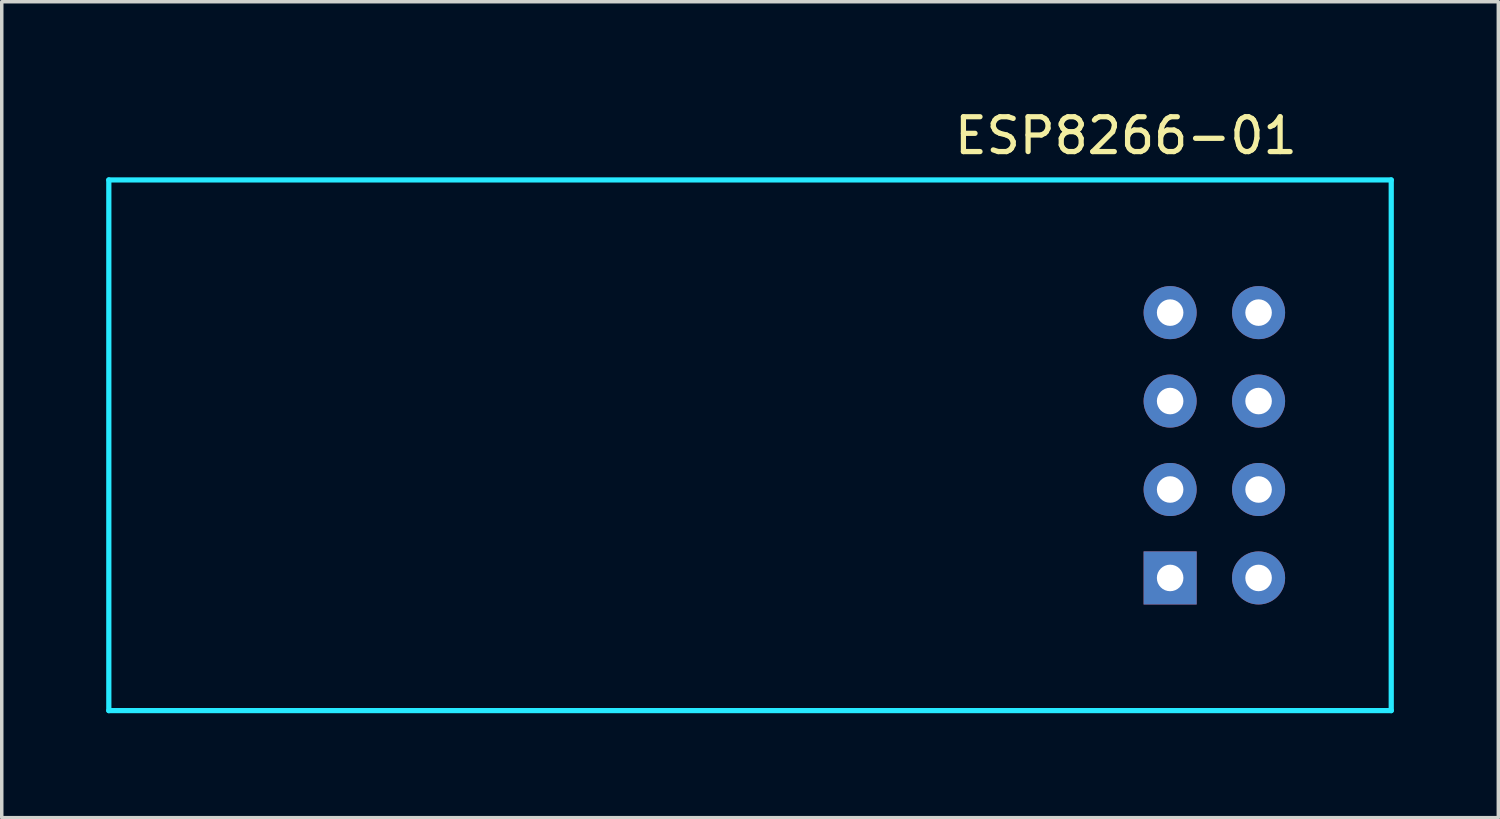
<source format=kicad_pcb>
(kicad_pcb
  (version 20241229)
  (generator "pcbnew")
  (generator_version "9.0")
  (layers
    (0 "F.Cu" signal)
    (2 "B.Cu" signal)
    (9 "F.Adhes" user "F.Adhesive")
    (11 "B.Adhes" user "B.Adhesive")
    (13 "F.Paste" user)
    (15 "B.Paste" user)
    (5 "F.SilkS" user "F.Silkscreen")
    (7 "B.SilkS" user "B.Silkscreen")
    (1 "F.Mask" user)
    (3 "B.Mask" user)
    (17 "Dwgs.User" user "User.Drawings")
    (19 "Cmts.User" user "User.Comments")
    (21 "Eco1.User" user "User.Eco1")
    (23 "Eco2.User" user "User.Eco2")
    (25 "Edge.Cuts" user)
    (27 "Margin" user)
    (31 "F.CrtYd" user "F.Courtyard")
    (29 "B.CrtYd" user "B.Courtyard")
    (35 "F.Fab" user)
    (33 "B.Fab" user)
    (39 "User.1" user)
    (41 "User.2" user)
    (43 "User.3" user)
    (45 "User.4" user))
  (footprint "ESP8266-01"
    (layer "F.Cu")
    (at 31.825 3.388)
    (property "Reference" "ESP8266-01" (at -2.54 -2.54 0) (layer "F.SilkS") (effects (font (size 1 1) (thickness 0.15))))
    (attr through_hole)
    (fp_line (start -31.75 -1.27) (end -31.75 13.97) (stroke (width 0.15) (type solid)) (layer "B.CrtYd"))
    (fp_line (start -31.75 13.97) (end 5.08 13.97) (stroke (width 0.15) (type solid)) (layer "B.CrtYd"))
    (fp_line (start 5.08 -1.27) (end -31.75 -1.27) (stroke (width 0.15) (type solid)) (layer "B.CrtYd"))
    (fp_line (start 5.08 13.97) (end 5.08 -1.27) (stroke (width 0.15) (type solid)) (layer "B.CrtYd"))
    (pad "1" thru_hole rect (at -1.27 10.16) (size 1.524 1.524) (drill 0.762) (layers "*.Cu" "*.Mask"))
    (pad "2" thru_hole circle (at 1.27 10.16) (size 1.524 1.524) (drill 0.762) (layers "*.Cu" "*.Mask"))
    (pad "3" thru_hole circle (at -1.27 7.62) (size 1.524 1.524) (drill 0.762) (layers "*.Cu" "*.Mask"))
    (pad "4" thru_hole circle (at 1.27 7.62) (size 1.524 1.524) (drill 0.762) (layers "*.Cu" "*.Mask"))
    (pad "5" thru_hole circle (at -1.27 5.08) (size 1.524 1.524) (drill 0.762) (layers "*.Cu" "*.Mask"))
    (pad "6" thru_hole circle (at 1.27 5.08) (size 1.524 1.524) (drill 0.762) (layers "*.Cu" "*.Mask"))
    (pad "7" thru_hole circle (at -1.27 2.54) (size 1.524 1.524) (drill 0.762) (layers "*.Cu" "*.Mask"))
    (pad "8" thru_hole circle (at 1.27 2.54) (size 1.524 1.524) (drill 0.762) (layers "*.Cu" "*.Mask")))
  (gr_rect
    (start -3 -3)
    (end 39.98 20.433)
    (stroke (width 0.1) (type default))
    (fill no)
    (layer "Edge.Cuts")))
</source>
